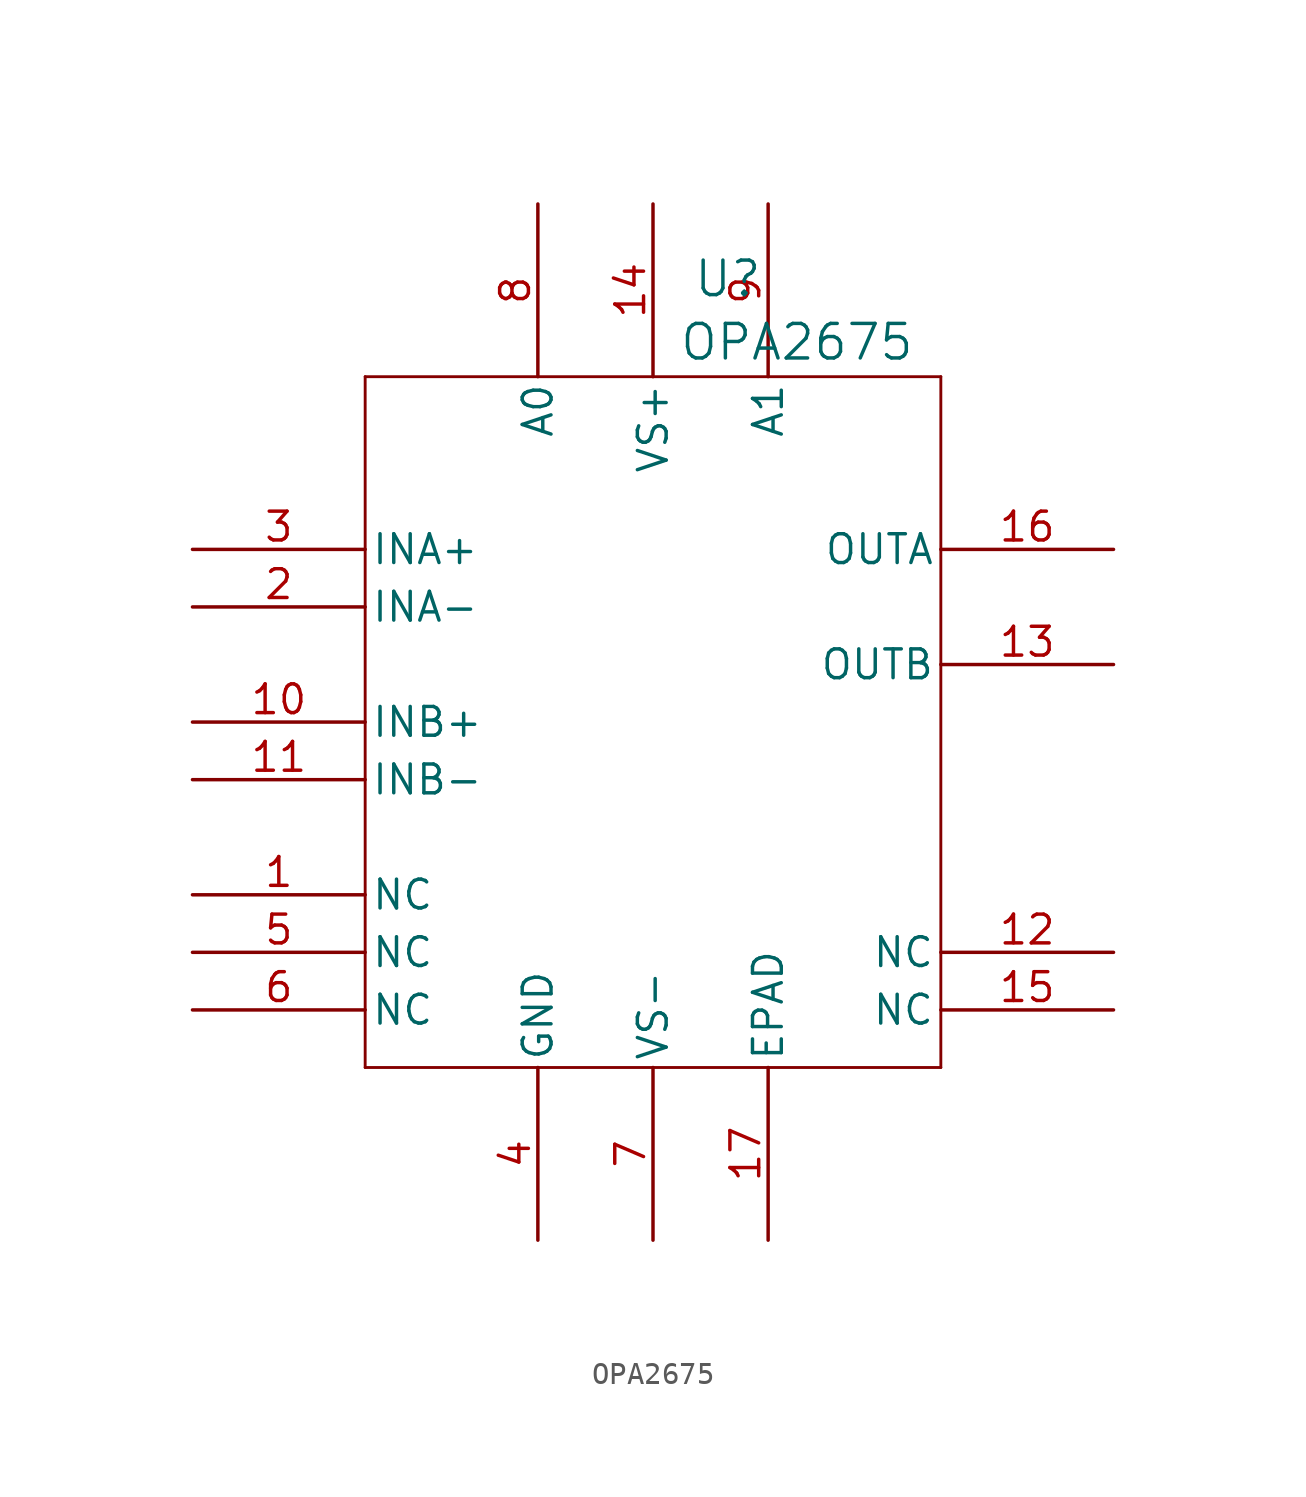
<source format=kicad_sym>
(kicad_symbol_lib
  (version 20231120)
  (generator "kicad_symbol_editor")
  (generator_version "8.0")
  (symbol "OPA2675"
    (pin_names
      (offset 0.254))
    (property "Reference" "U"
      (at 16.002 4.318 0)
      (effects (font (size 1.524 1.524))))
    (property "Value" "OPA2675"
      (at 19.05 1.524 0)
      (effects (font (size 1.524 1.524))))
    (symbol "OPA2675_0_1"
      (polyline (pts (xy 0 -30.48) (xy 25.4 -30.48)) (stroke (width 0.127) (type default)) (fill (type none)))
      (polyline (pts (xy 0 0) (xy 0 -30.48)) (stroke (width 0.127) (type default)) (fill (type none)))
      (polyline (pts (xy 25.4 -30.48) (xy 25.4 0)) (stroke (width 0.127) (type default)) (fill (type none)))
      (polyline (pts (xy 25.4 0) (xy 0 0)) (stroke (width 0.127) (type default)) (fill (type none)))
      (pin passive line (at -7.62 -22.86 0) (length 7.62) (name "NC" (effects (font (size 1.27 1.27)))) (number "1" (effects (font (size 1.27 1.27)))))
      (pin input line (at -7.62 -15.24 0) (length 7.62) (name "INB+" (effects (font (size 1.27 1.27)))) (number "10" (effects (font (size 1.27 1.27)))))
      (pin input line (at -7.62 -17.78 0) (length 7.62) (name "INB-" (effects (font (size 1.27 1.27)))) (number "11" (effects (font (size 1.27 1.27)))))
      (pin passive line (at 33.02 -25.4 180) (length 7.62) (name "NC" (effects (font (size 1.27 1.27)))) (number "12" (effects (font (size 1.27 1.27)))))
      (pin output line (at 33.02 -12.7 180) (length 7.62) (name "OUTB" (effects (font (size 1.27 1.27)))) (number "13" (effects (font (size 1.27 1.27)))))
      (pin power_in line (at 12.7 7.62 270) (length 7.62) (name "VS+" (effects (font (size 1.27 1.27)))) (number "14" (effects (font (size 1.27 1.27)))))
      (pin passive line (at 33.02 -27.94 180) (length 7.62) (name "NC" (effects (font (size 1.27 1.27)))) (number "15" (effects (font (size 1.27 1.27)))))
      (pin output line (at 33.02 -7.62 180) (length 7.62) (name "OUTA" (effects (font (size 1.27 1.27)))) (number "16" (effects (font (size 1.27 1.27)))))
      (pin input line (at -7.62 -10.16 0) (length 7.62) (name "INA-" (effects (font (size 1.27 1.27)))) (number "2" (effects (font (size 1.27 1.27)))))
      (pin input line (at -7.62 -7.62 0) (length 7.62) (name "INA+" (effects (font (size 1.27 1.27)))) (number "3" (effects (font (size 1.27 1.27)))))
      (pin power_in line (at 7.62 -38.1 90) (length 7.62) (name "GND" (effects (font (size 1.27 1.27)))) (number "4" (effects (font (size 1.27 1.27)))))
      (pin passive line (at -7.62 -25.4 0) (length 7.62) (name "NC" (effects (font (size 1.27 1.27)))) (number "5" (effects (font (size 1.27 1.27)))))
      (pin passive line (at -7.62 -27.94 0) (length 7.62) (name "NC" (effects (font (size 1.27 1.27)))) (number "6" (effects (font (size 1.27 1.27)))))
      (pin power_in line (at 12.7 -38.1 90) (length 7.62) (name "VS-" (effects (font (size 1.27 1.27)))) (number "7" (effects (font (size 1.27 1.27)))))
      (pin input line (at 7.62 7.62 270) (length 7.62) (name "A0" (effects (font (size 1.27 1.27)))) (number "8" (effects (font (size 1.27 1.27)))))
      (pin input line (at 17.78 7.62 270) (length 7.62) (name "A1" (effects (font (size 1.27 1.27)))) (number "9" (effects (font (size 1.27 1.27))))))
    (symbol "OPA2675_1_1"
      (pin passive line (at 17.78 -38.1 90) (length 7.62) (name "EPAD" (effects (font (size 1.27 1.27)))) (number "17" (effects (font (size 1.27 1.27))))))))
</source>
